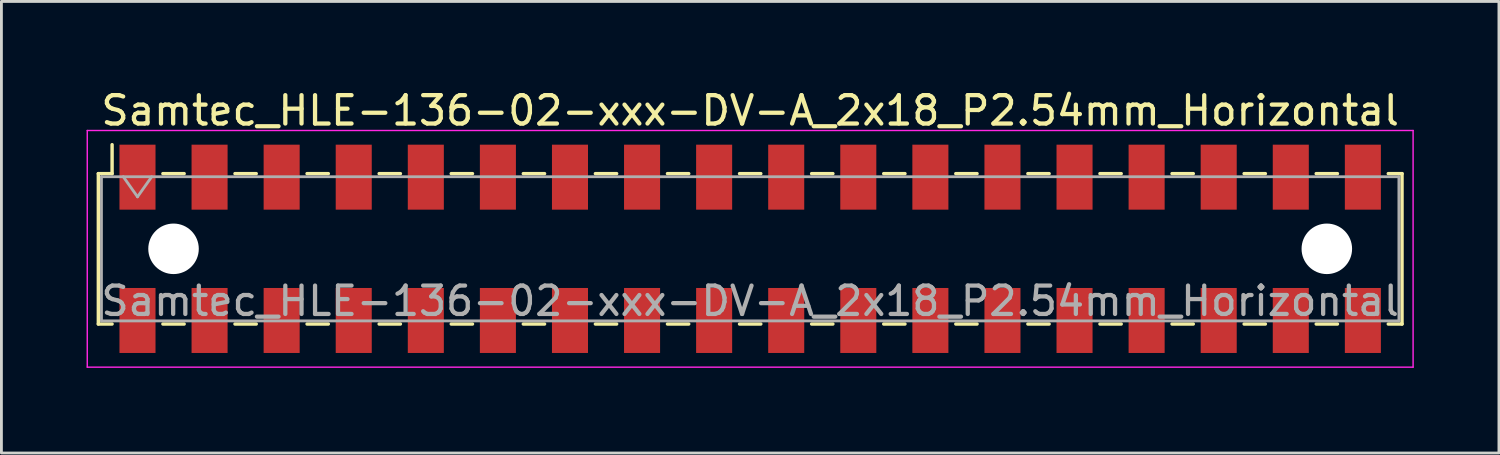
<source format=kicad_pcb>
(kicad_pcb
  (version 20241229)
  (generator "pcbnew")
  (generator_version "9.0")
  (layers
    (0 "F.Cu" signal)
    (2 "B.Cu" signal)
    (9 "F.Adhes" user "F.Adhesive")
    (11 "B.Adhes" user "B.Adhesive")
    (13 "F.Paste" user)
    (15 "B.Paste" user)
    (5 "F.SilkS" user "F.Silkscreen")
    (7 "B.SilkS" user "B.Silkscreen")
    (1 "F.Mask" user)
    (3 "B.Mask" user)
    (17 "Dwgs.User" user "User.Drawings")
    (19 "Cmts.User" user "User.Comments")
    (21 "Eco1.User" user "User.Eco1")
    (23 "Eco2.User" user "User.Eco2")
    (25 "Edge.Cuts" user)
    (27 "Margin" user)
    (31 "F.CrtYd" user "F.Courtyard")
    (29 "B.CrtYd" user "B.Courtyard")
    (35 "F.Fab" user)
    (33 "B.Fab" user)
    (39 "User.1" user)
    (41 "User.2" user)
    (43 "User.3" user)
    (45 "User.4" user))
  (footprint "Samtec_HLE-136-02-xxx-DV-A_2x18_P2.54mm_Horizontal"
    (layer "F.Cu")
    (at 23.385 5.718)
    (property "Reference" "Samtec_HLE-136-02-xxx-DV-A_2x18_P2.54mm_Horizontal" (at 0 -4.87 0) (layer "F.SilkS") (effects (font (size 1 1) (thickness 0.15))))
    (attr smd)
    (fp_line (start -22.97 -2.65) (end -22.97 2.65) (stroke (width 0.12) (type solid)) (layer "F.SilkS"))
    (fp_line (start -22.97 2.65) (end -22.485 2.65) (stroke (width 0.12) (type solid)) (layer "F.SilkS"))
    (fp_line (start -22.485 -3.67) (end -22.485 -2.65) (stroke (width 0.12) (type solid)) (layer "F.SilkS"))
    (fp_line (start -22.485 -2.65) (end -22.97 -2.65) (stroke (width 0.12) (type solid)) (layer "F.SilkS"))
    (fp_line (start -20.695 -2.65) (end -19.945 -2.65) (stroke (width 0.12) (type solid)) (layer "F.SilkS"))
    (fp_line (start -20.695 2.65) (end -19.945 2.65) (stroke (width 0.12) (type solid)) (layer "F.SilkS"))
    (fp_line (start -18.155 -2.65) (end -17.405 -2.65) (stroke (width 0.12) (type solid)) (layer "F.SilkS"))
    (fp_line (start -18.155 2.65) (end -17.405 2.65) (stroke (width 0.12) (type solid)) (layer "F.SilkS"))
    (fp_line (start -15.615 -2.65) (end -14.865 -2.65) (stroke (width 0.12) (type solid)) (layer "F.SilkS"))
    (fp_line (start -15.615 2.65) (end -14.865 2.65) (stroke (width 0.12) (type solid)) (layer "F.SilkS"))
    (fp_line (start -13.075 -2.65) (end -12.325 -2.65) (stroke (width 0.12) (type solid)) (layer "F.SilkS"))
    (fp_line (start -13.075 2.65) (end -12.325 2.65) (stroke (width 0.12) (type solid)) (layer "F.SilkS"))
    (fp_line (start -10.535 -2.65) (end -9.785 -2.65) (stroke (width 0.12) (type solid)) (layer "F.SilkS"))
    (fp_line (start -10.535 2.65) (end -9.785 2.65) (stroke (width 0.12) (type solid)) (layer "F.SilkS"))
    (fp_line (start -7.995 -2.65) (end -7.245 -2.65) (stroke (width 0.12) (type solid)) (layer "F.SilkS"))
    (fp_line (start -7.995 2.65) (end -7.245 2.65) (stroke (width 0.12) (type solid)) (layer "F.SilkS"))
    (fp_line (start -5.455 -2.65) (end -4.705 -2.65) (stroke (width 0.12) (type solid)) (layer "F.SilkS"))
    (fp_line (start -5.455 2.65) (end -4.705 2.65) (stroke (width 0.12) (type solid)) (layer "F.SilkS"))
    (fp_line (start -2.915 -2.65) (end -2.165 -2.65) (stroke (width 0.12) (type solid)) (layer "F.SilkS"))
    (fp_line (start -2.915 2.65) (end -2.165 2.65) (stroke (width 0.12) (type solid)) (layer "F.SilkS"))
    (fp_line (start -0.375 -2.65) (end 0.375 -2.65) (stroke (width 0.12) (type solid)) (layer "F.SilkS"))
    (fp_line (start -0.375 2.65) (end 0.375 2.65) (stroke (width 0.12) (type solid)) (layer "F.SilkS"))
    (fp_line (start 2.165 -2.65) (end 2.915 -2.65) (stroke (width 0.12) (type solid)) (layer "F.SilkS"))
    (fp_line (start 2.165 2.65) (end 2.915 2.65) (stroke (width 0.12) (type solid)) (layer "F.SilkS"))
    (fp_line (start 4.705 -2.65) (end 5.455 -2.65) (stroke (width 0.12) (type solid)) (layer "F.SilkS"))
    (fp_line (start 4.705 2.65) (end 5.455 2.65) (stroke (width 0.12) (type solid)) (layer "F.SilkS"))
    (fp_line (start 7.245 -2.65) (end 7.995 -2.65) (stroke (width 0.12) (type solid)) (layer "F.SilkS"))
    (fp_line (start 7.245 2.65) (end 7.995 2.65) (stroke (width 0.12) (type solid)) (layer "F.SilkS"))
    (fp_line (start 9.785 -2.65) (end 10.535 -2.65) (stroke (width 0.12) (type solid)) (layer "F.SilkS"))
    (fp_line (start 9.785 2.65) (end 10.535 2.65) (stroke (width 0.12) (type solid)) (layer "F.SilkS"))
    (fp_line (start 12.325 -2.65) (end 13.075 -2.65) (stroke (width 0.12) (type solid)) (layer "F.SilkS"))
    (fp_line (start 12.325 2.65) (end 13.075 2.65) (stroke (width 0.12) (type solid)) (layer "F.SilkS"))
    (fp_line (start 14.865 -2.65) (end 15.615 -2.65) (stroke (width 0.12) (type solid)) (layer "F.SilkS"))
    (fp_line (start 14.865 2.65) (end 15.615 2.65) (stroke (width 0.12) (type solid)) (layer "F.SilkS"))
    (fp_line (start 17.405 -2.65) (end 18.155 -2.65) (stroke (width 0.12) (type solid)) (layer "F.SilkS"))
    (fp_line (start 17.405 2.65) (end 18.155 2.65) (stroke (width 0.12) (type solid)) (layer "F.SilkS"))
    (fp_line (start 19.945 -2.65) (end 20.695 -2.65) (stroke (width 0.12) (type solid)) (layer "F.SilkS"))
    (fp_line (start 19.945 2.65) (end 20.695 2.65) (stroke (width 0.12) (type solid)) (layer "F.SilkS"))
    (fp_line (start 22.485 -2.65) (end 22.97 -2.65) (stroke (width 0.12) (type solid)) (layer "F.SilkS"))
    (fp_line (start 22.97 -2.65) (end 22.97 2.65) (stroke (width 0.12) (type solid)) (layer "F.SilkS"))
    (fp_line (start 22.97 2.65) (end 22.485 2.65) (stroke (width 0.12) (type solid)) (layer "F.SilkS"))
    (fp_line (start -23.36 -4.17) (end 23.36 -4.17) (stroke (width 0.05) (type solid)) (layer "F.CrtYd"))
    (fp_line (start -23.36 4.17) (end -23.36 -4.17) (stroke (width 0.05) (type solid)) (layer "F.CrtYd"))
    (fp_line (start 23.36 -4.17) (end 23.36 4.17) (stroke (width 0.05) (type solid)) (layer "F.CrtYd"))
    (fp_line (start 23.36 4.17) (end -23.36 4.17) (stroke (width 0.05) (type solid)) (layer "F.CrtYd"))
    (fp_line (start -22.86 -2.54) (end 22.86 -2.54) (stroke (width 0.1) (type solid)) (layer "F.Fab"))
    (fp_line (start -22.86 2.54) (end -22.86 -2.54) (stroke (width 0.1) (type solid)) (layer "F.Fab"))
    (fp_line (start -22.09 -2.54) (end -21.59 -1.833) (stroke (width 0.1) (type solid)) (layer "F.Fab"))
    (fp_line (start -21.59 -1.833) (end -21.09 -2.54) (stroke (width 0.1) (type solid)) (layer "F.Fab"))
    (fp_line (start 22.86 -2.54) (end 22.86 2.54) (stroke (width 0.1) (type solid)) (layer "F.Fab"))
    (fp_line (start 22.86 2.54) (end -22.86 2.54) (stroke (width 0.1) (type solid)) (layer "F.Fab"))
    (fp_text user "${REFERENCE}" (at 0 1.84 0) (layer "F.Fab") (effects (font (size 1 1) (thickness 0.15))))
    (pad "" np_thru_hole circle (at -20.32 0) (size 1.78 1.78) (drill 1.78) (layers "*.Cu" "*.Mask"))
    (pad "" np_thru_hole circle (at 20.32 0) (size 1.78 1.78) (drill 1.78) (layers "*.Cu" "*.Mask"))
    (pad "1" smd rect (at -21.59 -2.525) (size 1.27 2.29) (layers "F.Cu" "F.Mask" "F.Paste"))
    (pad "2" smd rect (at -21.59 2.525) (size 1.27 2.29) (layers "F.Cu" "F.Mask" "F.Paste"))
    (pad "3" smd rect (at -19.05 -2.525) (size 1.27 2.29) (layers "F.Cu" "F.Mask" "F.Paste"))
    (pad "4" smd rect (at -19.05 2.525) (size 1.27 2.29) (layers "F.Cu" "F.Mask" "F.Paste"))
    (pad "5" smd rect (at -16.51 -2.525) (size 1.27 2.29) (layers "F.Cu" "F.Mask" "F.Paste"))
    (pad "6" smd rect (at -16.51 2.525) (size 1.27 2.29) (layers "F.Cu" "F.Mask" "F.Paste"))
    (pad "7" smd rect (at -13.97 -2.525) (size 1.27 2.29) (layers "F.Cu" "F.Mask" "F.Paste"))
    (pad "8" smd rect (at -13.97 2.525) (size 1.27 2.29) (layers "F.Cu" "F.Mask" "F.Paste"))
    (pad "9" smd rect (at -11.43 -2.525) (size 1.27 2.29) (layers "F.Cu" "F.Mask" "F.Paste"))
    (pad "10" smd rect (at -11.43 2.525) (size 1.27 2.29) (layers "F.Cu" "F.Mask" "F.Paste"))
    (pad "11" smd rect (at -8.89 -2.525) (size 1.27 2.29) (layers "F.Cu" "F.Mask" "F.Paste"))
    (pad "12" smd rect (at -8.89 2.525) (size 1.27 2.29) (layers "F.Cu" "F.Mask" "F.Paste"))
    (pad "13" smd rect (at -6.35 -2.525) (size 1.27 2.29) (layers "F.Cu" "F.Mask" "F.Paste"))
    (pad "14" smd rect (at -6.35 2.525) (size 1.27 2.29) (layers "F.Cu" "F.Mask" "F.Paste"))
    (pad "15" smd rect (at -3.81 -2.525) (size 1.27 2.29) (layers "F.Cu" "F.Mask" "F.Paste"))
    (pad "16" smd rect (at -3.81 2.525) (size 1.27 2.29) (layers "F.Cu" "F.Mask" "F.Paste"))
    (pad "17" smd rect (at -1.27 -2.525) (size 1.27 2.29) (layers "F.Cu" "F.Mask" "F.Paste"))
    (pad "18" smd rect (at -1.27 2.525) (size 1.27 2.29) (layers "F.Cu" "F.Mask" "F.Paste"))
    (pad "19" smd rect (at 1.27 -2.525) (size 1.27 2.29) (layers "F.Cu" "F.Mask" "F.Paste"))
    (pad "20" smd rect (at 1.27 2.525) (size 1.27 2.29) (layers "F.Cu" "F.Mask" "F.Paste"))
    (pad "21" smd rect (at 3.81 -2.525) (size 1.27 2.29) (layers "F.Cu" "F.Mask" "F.Paste"))
    (pad "22" smd rect (at 3.81 2.525) (size 1.27 2.29) (layers "F.Cu" "F.Mask" "F.Paste"))
    (pad "23" smd rect (at 6.35 -2.525) (size 1.27 2.29) (layers "F.Cu" "F.Mask" "F.Paste"))
    (pad "24" smd rect (at 6.35 2.525) (size 1.27 2.29) (layers "F.Cu" "F.Mask" "F.Paste"))
    (pad "25" smd rect (at 8.89 -2.525) (size 1.27 2.29) (layers "F.Cu" "F.Mask" "F.Paste"))
    (pad "26" smd rect (at 8.89 2.525) (size 1.27 2.29) (layers "F.Cu" "F.Mask" "F.Paste"))
    (pad "27" smd rect (at 11.43 -2.525) (size 1.27 2.29) (layers "F.Cu" "F.Mask" "F.Paste"))
    (pad "28" smd rect (at 11.43 2.525) (size 1.27 2.29) (layers "F.Cu" "F.Mask" "F.Paste"))
    (pad "29" smd rect (at 13.97 -2.525) (size 1.27 2.29) (layers "F.Cu" "F.Mask" "F.Paste"))
    (pad "30" smd rect (at 13.97 2.525) (size 1.27 2.29) (layers "F.Cu" "F.Mask" "F.Paste"))
    (pad "31" smd rect (at 16.51 -2.525) (size 1.27 2.29) (layers "F.Cu" "F.Mask" "F.Paste"))
    (pad "32" smd rect (at 16.51 2.525) (size 1.27 2.29) (layers "F.Cu" "F.Mask" "F.Paste"))
    (pad "33" smd rect (at 19.05 -2.525) (size 1.27 2.29) (layers "F.Cu" "F.Mask" "F.Paste"))
    (pad "34" smd rect (at 19.05 2.525) (size 1.27 2.29) (layers "F.Cu" "F.Mask" "F.Paste"))
    (pad "35" smd rect (at 21.59 -2.525) (size 1.27 2.29) (layers "F.Cu" "F.Mask" "F.Paste"))
    (pad "36" smd rect (at 21.59 2.525) (size 1.27 2.29) (layers "F.Cu" "F.Mask" "F.Paste")))
  (gr_rect
    (start -3 -3)
    (end 49.77 12.913)
    (stroke (width 0.1) (type default))
    (fill no)
    (layer "Edge.Cuts")))
</source>
